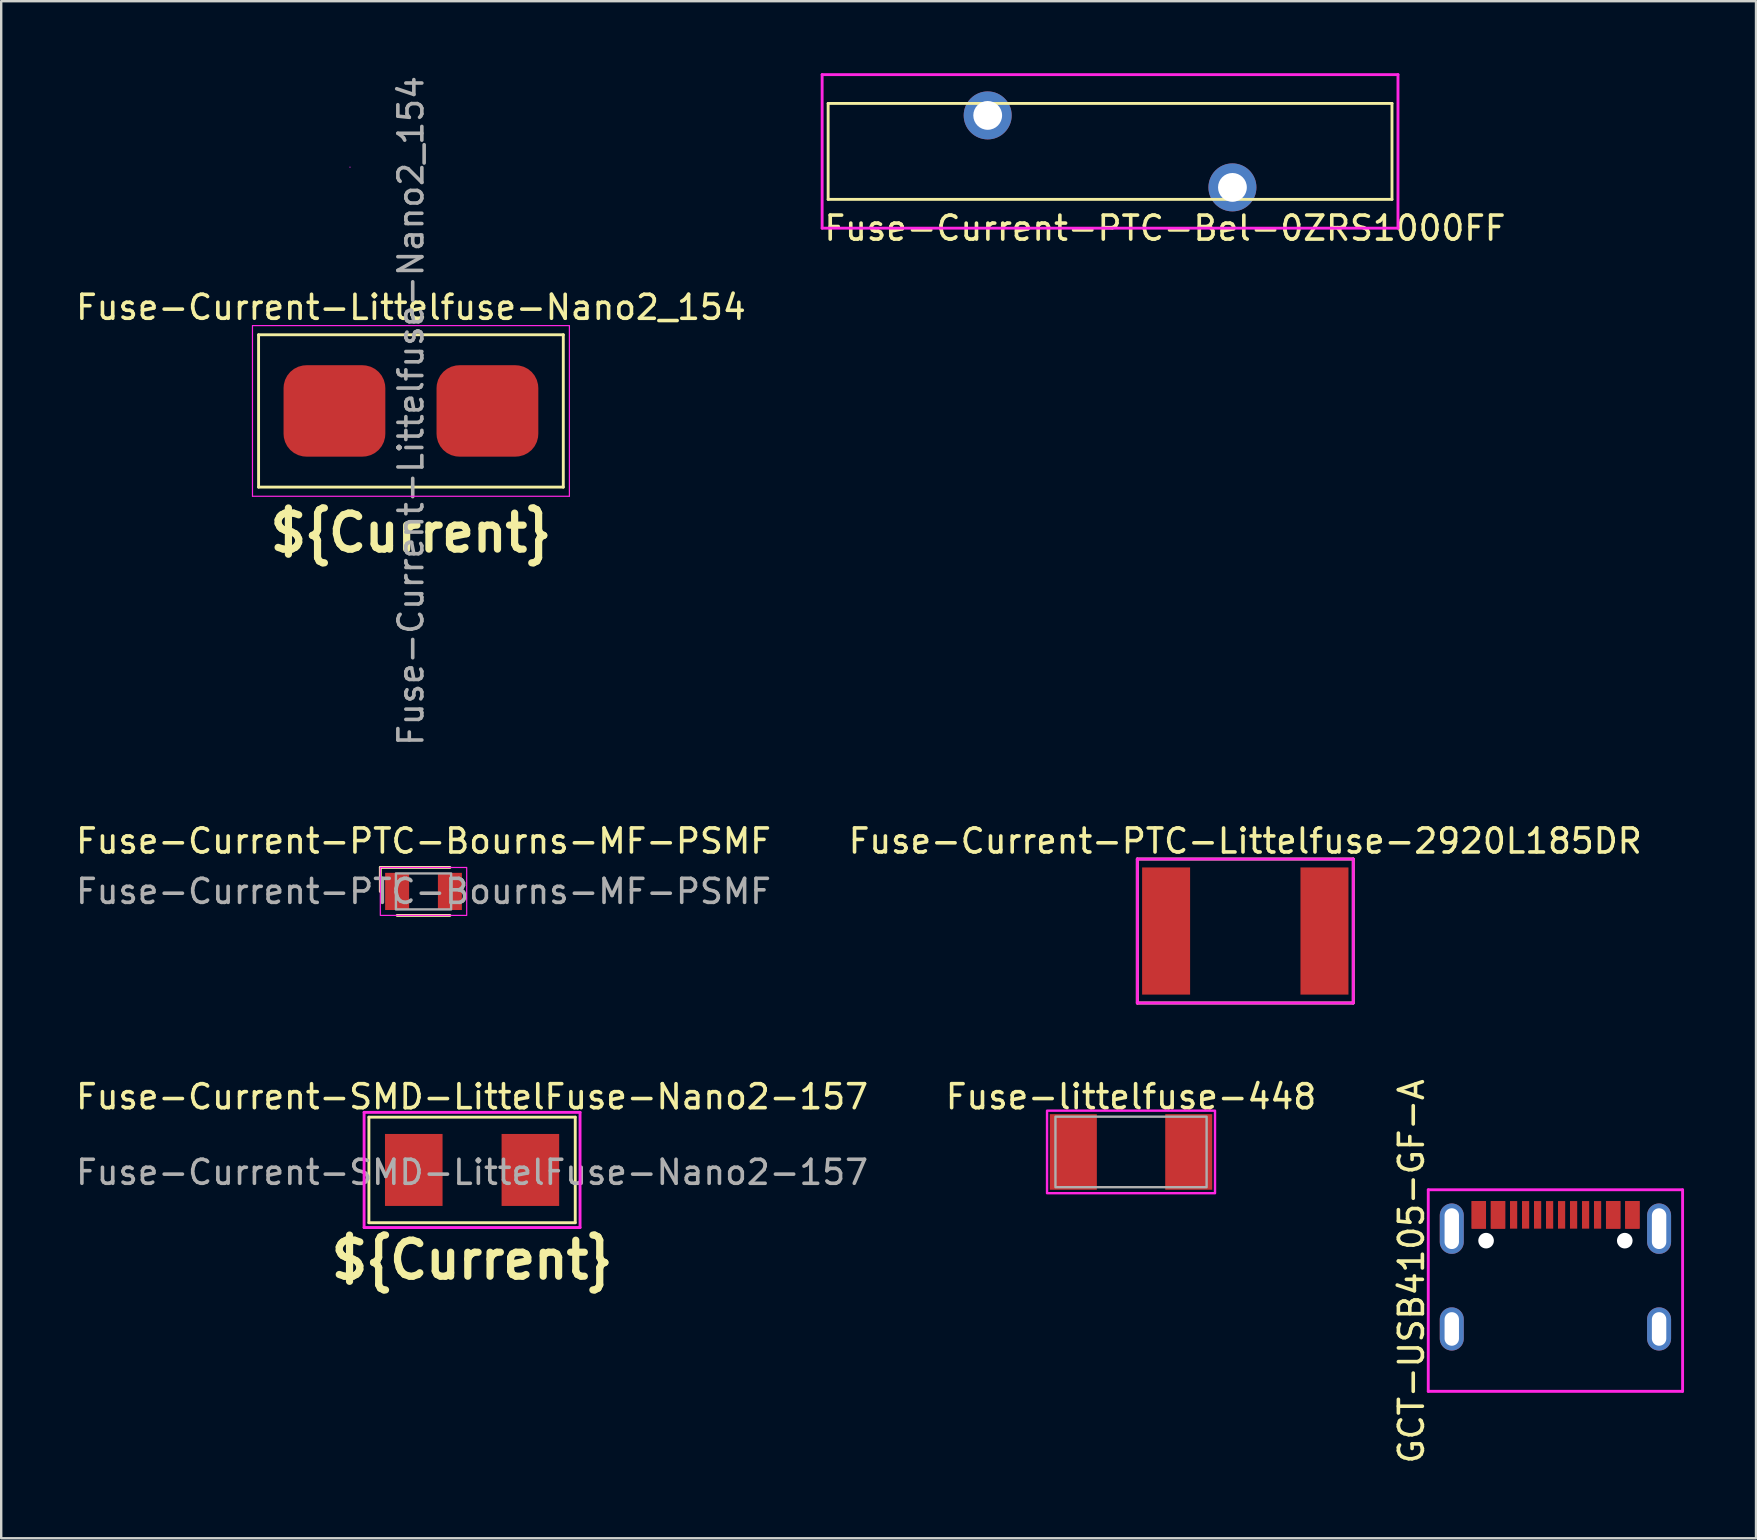
<source format=kicad_pcb>
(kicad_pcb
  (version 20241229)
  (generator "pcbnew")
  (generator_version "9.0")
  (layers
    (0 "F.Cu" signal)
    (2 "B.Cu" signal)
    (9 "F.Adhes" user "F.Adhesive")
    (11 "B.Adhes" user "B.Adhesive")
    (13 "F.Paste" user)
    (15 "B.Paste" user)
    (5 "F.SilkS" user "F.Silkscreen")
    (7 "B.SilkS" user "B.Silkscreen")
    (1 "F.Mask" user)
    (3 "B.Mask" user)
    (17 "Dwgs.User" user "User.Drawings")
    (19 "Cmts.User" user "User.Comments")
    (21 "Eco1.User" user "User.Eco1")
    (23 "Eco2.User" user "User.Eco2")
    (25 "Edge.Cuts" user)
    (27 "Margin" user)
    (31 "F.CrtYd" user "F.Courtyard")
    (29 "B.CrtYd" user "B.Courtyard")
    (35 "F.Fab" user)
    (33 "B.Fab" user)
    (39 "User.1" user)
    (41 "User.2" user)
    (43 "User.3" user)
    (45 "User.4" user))
  (footprint "Fuse-Current-PTC-Bel-0ZRS1000FF"
    (layer "F.Cu")
    (at 43.215 3.26)
    (property "Reference" "Fuse-Current-PTC-Bel-0ZRS1000FF" (at -12 3.2 0) (layer "F.SilkS") (effects (font (size 1 1) (thickness 0.15)) (justify left)))
    (attr through_hole)
    (fp_line (start -11.75 -2) (end 11.75 -2) (stroke (width 0.12) (type solid)) (layer "F.SilkS"))
    (fp_line (start -11.75 2) (end -11.75 -2) (stroke (width 0.12) (type solid)) (layer "F.SilkS"))
    (fp_line (start 11.75 -2) (end 11.75 2) (stroke (width 0.12) (type solid)) (layer "F.SilkS"))
    (fp_line (start 11.75 2) (end -11.75 2) (stroke (width 0.12) (type solid)) (layer "F.SilkS"))
    (fp_line (start -12 -3.2) (end 12 -3.2) (stroke (width 0.12) (type solid)) (layer "F.CrtYd"))
    (fp_line (start -12 3.2) (end -12 -3.2) (stroke (width 0.12) (type solid)) (layer "F.CrtYd"))
    (fp_line (start 12 -3.2) (end 12 3.2) (stroke (width 0.12) (type solid)) (layer "F.CrtYd"))
    (fp_line (start 12 3.2) (end -12 3.2) (stroke (width 0.12) (type solid)) (layer "F.CrtYd"))
    (pad "1" thru_hole circle (at 5.1 1.5) (size 2 2) (drill 1.2) (layers "*.Cu" "*.Mask"))
    (pad "2" thru_hole circle (at -5.1 -1.5) (size 2 2) (drill 1.2) (layers "*.Cu" "*.Mask")))
  (footprint "Fuse-Current-SMD-LittelFuse-Nano2-157"
    (layer "F.Cu")
    (at 16.625 45.711)
    (property "Reference" "Fuse-Current-SMD-LittelFuse-Nano2-157" (at 0 -3.05 0) (layer "F.SilkS") (effects (font (size 1 1) (thickness 0.15))))
    (attr smd)
    (fp_line (start -4.3 -2.2) (end 4.3 -2.2) (stroke (width 0.12) (type solid)) (layer "F.SilkS"))
    (fp_line (start -4.3 2.2) (end -4.3 -2.2) (stroke (width 0.12) (type solid)) (layer "F.SilkS"))
    (fp_line (start 4.3 -2.2) (end 4.3 2.2) (stroke (width 0.12) (type solid)) (layer "F.SilkS"))
    (fp_line (start 4.3 2.2) (end -4.3 2.2) (stroke (width 0.12) (type solid)) (layer "F.SilkS"))
    (fp_line (start -4.5 -2.4) (end 4.5 -2.4) (stroke (width 0.12) (type solid)) (layer "F.CrtYd"))
    (fp_line (start -4.5 2.4) (end -4.5 -2.4) (stroke (width 0.12) (type solid)) (layer "F.CrtYd"))
    (fp_line (start 4.5 -2.4) (end 4.5 2.4) (stroke (width 0.12) (type solid)) (layer "F.CrtYd"))
    (fp_line (start 4.5 2.4) (end -4.5 2.4) (stroke (width 0.12) (type solid)) (layer "F.CrtYd"))
    (fp_text user "${Current}" (at 0 3.75 0) (unlocked yes) (layer "F.SilkS") (effects (font (size 1.5 1.5) (thickness 0.3))))
    (fp_text user "${REFERENCE}" (at 0 0.1 0) (layer "F.Fab") (effects (font (size 1 1) (thickness 0.15))))
    (pad "1" smd rect (at -2.43 0) (size 2.4 3) (layers "F.Cu" "F.Mask" "F.Paste"))
    (pad "2" smd rect (at 2.43 0) (size 2.4 3) (layers "F.Cu" "F.Mask" "F.Paste")))
  (footprint "Fuse-littelfuse-448"
    (layer "F.Cu")
    (at 44.089 44.961)
    (property "Reference" "Fuse-littelfuse-448" (at 0 -2.3 0) (unlocked yes) (layer "F.SilkS") (effects (font (size 1 1) (thickness 0.15))))
    (attr smd)
    (fp_rect (start -3.5 -1.72) (end 3.5 1.72) (stroke (width 0.1) (type default)) (fill no) (layer "F.CrtYd"))
    (fp_rect (start -3.15 -1.47) (end 3.15 1.47) (stroke (width 0.1) (type default)) (fill no) (layer "F.Fab"))
    (pad "1" smd rect (at -2.405 0) (size 1.96 3.15) (layers "F.Cu" "F.Mask" "F.Paste"))
    (pad "2" smd rect (at 2.405 0) (size 1.96 3.15) (layers "F.Cu" "F.Mask" "F.Paste")))
  (footprint "Fuse-Current-Littelfuse-Nano2_154"
    (layer "F.Cu")
    (at 14.077 14.077)
    (property "Reference" "Fuse-Current-Littelfuse-Nano2_154" (at 0 -4.318 0) (unlocked yes) (layer "F.SilkS") (effects (font (size 1 1) (thickness 0.15))))
    (attr smd)
    (fp_line (start -6.35 -3.175) (end -6.35 3.175) (stroke (width 0.12) (type solid)) (layer "F.SilkS"))
    (fp_line (start -6.35 -3.175) (end 6.35 -3.175) (stroke (width 0.12) (type solid)) (layer "F.SilkS"))
    (fp_line (start -6.35 3.175) (end 6.35 3.175) (stroke (width 0.12) (type solid)) (layer "F.SilkS"))
    (fp_line (start 6.35 -3.175) (end 6.35 3.175) (stroke (width 0.12) (type solid)) (layer "F.SilkS"))
    (fp_line (start -6.604 -3.556) (end -6.604 3.556) (stroke (width 0.05) (type solid)) (layer "F.CrtYd"))
    (fp_line (start -6.604 3.556) (end 6.604 3.556) (stroke (width 0.05) (type solid)) (layer "F.CrtYd"))
    (fp_line (start -2.54 -10.16) (end -2.54 -10.16) (stroke (width 0.05) (type solid)) (layer "F.CrtYd"))
    (fp_line (start 6.604 -3.556) (end -6.604 -3.556) (stroke (width 0.05) (type solid)) (layer "F.CrtYd"))
    (fp_line (start 6.604 3.556) (end 6.604 -3.556) (stroke (width 0.05) (type solid)) (layer "F.CrtYd"))
    (fp_text user "${Current}" (at 0 5.08 0) (unlocked yes) (layer "F.SilkS") (effects (font (size 1.5 1.5) (thickness 0.3))))
    (fp_text user "${REFERENCE}" (at 0 0 90) (unlocked yes) (layer "F.Fab") (effects (font (size 1 1) (thickness 0.15))))
    (pad "1" smd roundrect (at -3.188 0) (size 4.242 3.81) (layers "F.Cu" "F.Mask" "F.Paste") (roundrect_rratio 0.25))
    (pad "2" smd roundrect (at 3.188 0) (size 4.242 3.81) (layers "F.Cu" "F.Mask" "F.Paste") (roundrect_rratio 0.25)))
  (footprint "Fuse-Current-PTC-Bourns-MF-PSMF"
    (layer "F.Cu")
    (at 14.601 34.103)
    (property "Reference" "Fuse-Current-PTC-Bourns-MF-PSMF" (at 0 -2.1 0) (unlocked yes) (layer "F.SilkS") (effects (font (size 1 1) (thickness 0.15))))
    (attr smd)
    (fp_line (start -1.8 -1) (end -1.8 0) (stroke (width 0.12) (type solid)) (layer "F.SilkS"))
    (fp_line (start 1.1 -1) (end -1.8 -1) (stroke (width 0.12) (type solid)) (layer "F.SilkS"))
    (fp_line (start 1.1 1) (end -1.1 1) (stroke (width 0.12) (type solid)) (layer "F.SilkS"))
    (fp_rect (start -1.8 -1) (end 1.8 1) (stroke (width 0.05) (type solid)) (fill no) (layer "F.CrtYd"))
    (fp_rect (start -1.15 -0.75) (end 1.15 0.75) (stroke (width 0.1) (type solid)) (fill no) (layer "F.Fab"))
    (fp_text user "${REFERENCE}" (at 0 0 0) (unlocked yes) (layer "F.Fab") (effects (font (size 1 1) (thickness 0.15))))
    (pad "1" smd rect (at -1.1 0) (size 1 1.55) (layers "F.Cu" "F.Mask" "F.Paste"))
    (pad "2" smd rect (at 1.1 0) (size 1 1.55) (layers "F.Cu" "F.Mask" "F.Paste")))
  (footprint "Fuse-Current-PTC-Littelfuse-2920L185DR"
    (layer "F.Cu")
    (at 48.851 35.753)
    (property "Reference" "Fuse-Current-PTC-Littelfuse-2920L185DR" (at 0 -3.75 0) (layer "F.SilkS") (effects (font (size 1 1) (thickness 0.15))))
    (attr through_hole)
    (fp_line (start -4.5 -3) (end -4.5 3) (stroke (width 0.12) (type solid)) (layer "F.SilkS"))
    (fp_line (start -4.5 3) (end 4.5 3) (stroke (width 0.12) (type solid)) (layer "F.SilkS"))
    (fp_line (start 4.5 -3) (end -4.5 -3) (stroke (width 0.12) (type solid)) (layer "F.SilkS"))
    (fp_line (start 4.5 3) (end 4.5 -3) (stroke (width 0.12) (type solid)) (layer "F.SilkS"))
    (fp_line (start -4.5 -3) (end 4.5 -3) (stroke (width 0.12) (type solid)) (layer "F.CrtYd"))
    (fp_line (start -4.5 3) (end -4.5 -3) (stroke (width 0.12) (type solid)) (layer "F.CrtYd"))
    (fp_line (start 4.5 -3) (end 4.5 3) (stroke (width 0.12) (type solid)) (layer "F.CrtYd"))
    (fp_line (start 4.5 3) (end -4.5 3) (stroke (width 0.12) (type solid)) (layer "F.CrtYd"))
    (pad "1" smd rect (at -2.3 0) (size 2 5.3) (drill (offset -1 0)) (layers "F.Cu" "F.Mask" "F.Paste"))
    (pad "2" smd rect (at 2.3 0) (size 2 5.3) (drill (offset 1 0)) (layers "F.Cu" "F.Mask" "F.Paste")))
  (footprint "GCT-USB4105-GF-A"
    (layer "F.Cu")
    (at 61.777 54.938)
    (property "Reference" "GCT-USB4105-GF-A" (at -6 -5 90) (layer "F.SilkS") (effects (font (size 1 1) (thickness 0.15))))
    (attr smd)
    (fp_line (start -5.3 -8.4) (end 5.3 -8.4) (stroke (width 0.12) (type solid)) (layer "F.CrtYd"))
    (fp_line (start -5.3 0) (end -5.3 -8.4) (stroke (width 0.12) (type solid)) (layer "F.CrtYd"))
    (fp_line (start 5.3 -8.4) (end 5.3 0) (stroke (width 0.12) (type solid)) (layer "F.CrtYd"))
    (fp_line (start 5.3 0) (end -5.3 0) (stroke (width 0.12) (type solid)) (layer "F.CrtYd"))
    (pad "" np_thru_hole circle (at -2.89 -6.28) (size 0.65 0.65) (drill 0.65) (layers "*.Cu" "*.Mask"))
    (pad "" np_thru_hole circle (at 2.89 -6.28) (size 0.65 0.65) (drill 0.65) (layers "*.Cu" "*.Mask"))
    (pad "A1" smd rect (at -3.193 -7.355) (size 0.6 1.15) (layers "F.Cu" "F.Mask" "F.Paste"))
    (pad "A4" smd rect (at -2.393 -7.355) (size 0.6 1.15) (layers "F.Cu" "F.Mask" "F.Paste"))
    (pad "A5" smd rect (at -1.243 -7.355) (size 0.3 1.15) (layers "F.Cu" "F.Mask" "F.Paste"))
    (pad "A6" smd rect (at -0.243 -7.355) (size 0.3 1.15) (layers "F.Cu" "F.Mask" "F.Paste"))
    (pad "A7" smd rect (at 0.257 -7.355) (size 0.3 1.15) (layers "F.Cu" "F.Mask" "F.Paste"))
    (pad "A8" smd rect (at 1.257 -7.355) (size 0.3 1.15) (layers "F.Cu" "F.Mask" "F.Paste"))
    (pad "A9" smd rect (at 2.407 -7.355) (size 0.6 1.15) (layers "F.Cu" "F.Mask" "F.Paste"))
    (pad "A12" smd rect (at 3.207 -7.355) (size 0.6 1.15) (layers "F.Cu" "F.Mask" "F.Paste"))
    (pad "B1" smd rect (at 3.207 -7.355) (size 0.6 1.15) (layers "F.Cu" "F.Mask" "F.Paste"))
    (pad "B4" smd rect (at 2.407 -7.355) (size 0.6 1.15) (layers "F.Cu" "F.Mask" "F.Paste"))
    (pad "B5" smd rect (at 1.757 -7.355) (size 0.3 1.15) (layers "F.Cu" "F.Mask" "F.Paste"))
    (pad "B6" smd rect (at 0.757 -7.355) (size 0.3 1.15) (layers "F.Cu" "F.Mask" "F.Paste"))
    (pad "B7" smd rect (at -0.743 -7.355) (size 0.3 1.15) (layers "F.Cu" "F.Mask" "F.Paste"))
    (pad "B8" smd rect (at -1.743 -7.355) (size 0.3 1.15) (layers "F.Cu" "F.Mask" "F.Paste"))
    (pad "B9" smd rect (at -2.393 -7.355) (size 0.6 1.15) (layers "F.Cu" "F.Mask" "F.Paste"))
    (pad "B12" smd rect (at -3.193 -7.355) (size 0.6 1.15) (layers "F.Cu" "F.Mask" "F.Paste"))
    (pad "S1" thru_hole oval (at -4.32 -6.78) (size 1 2.1) (drill oval 0.6 1.7) (layers "*.Cu" "*.Mask"))
    (pad "S1" thru_hole oval (at -4.32 -2.6) (size 1 1.8) (drill oval 0.6 1.4) (layers "*.Cu" "*.Mask"))
    (pad "S1" thru_hole oval (at 4.32 -6.78) (size 1 2.1) (drill oval 0.6 1.7) (layers "*.Cu" "*.Mask"))
    (pad "S1" thru_hole oval (at 4.32 -2.6) (size 1 1.8) (drill oval 0.6 1.4) (layers "*.Cu" "*.Mask")))
  (gr_rect
    (start -3 -3)
    (end 70.137 61.063)
    (stroke (width 0.1) (type default))
    (fill no)
    (layer "Edge.Cuts")))
</source>
